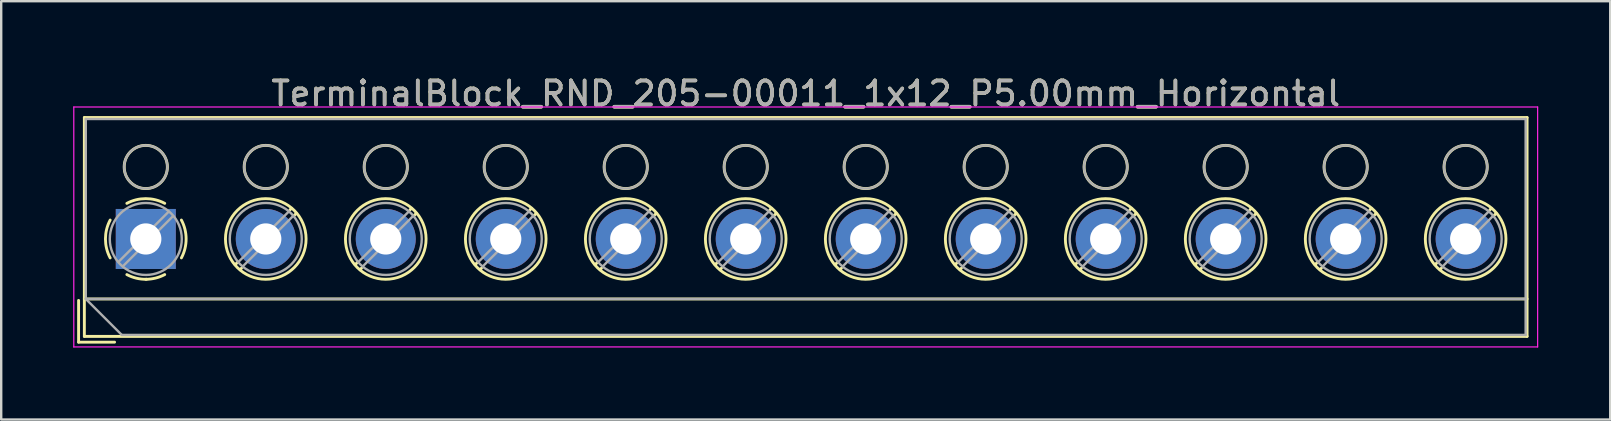
<source format=kicad_pcb>
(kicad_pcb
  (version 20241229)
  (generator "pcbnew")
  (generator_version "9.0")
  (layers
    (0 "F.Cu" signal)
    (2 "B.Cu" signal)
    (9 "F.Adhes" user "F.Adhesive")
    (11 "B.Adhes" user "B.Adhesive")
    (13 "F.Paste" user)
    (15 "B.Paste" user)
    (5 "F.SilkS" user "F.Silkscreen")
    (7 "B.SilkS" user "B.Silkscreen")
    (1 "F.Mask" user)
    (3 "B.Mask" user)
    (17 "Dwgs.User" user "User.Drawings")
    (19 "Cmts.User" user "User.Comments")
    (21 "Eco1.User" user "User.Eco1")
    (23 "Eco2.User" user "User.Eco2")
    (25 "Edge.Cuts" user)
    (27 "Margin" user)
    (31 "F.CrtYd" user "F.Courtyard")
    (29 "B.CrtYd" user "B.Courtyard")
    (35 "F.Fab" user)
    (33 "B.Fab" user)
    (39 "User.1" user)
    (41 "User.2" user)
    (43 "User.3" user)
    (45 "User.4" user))
  (footprint "TerminalBlock_RND_205-00011_1x12_P5.00mm_Horizontal"
    (layer "F.Cu")
    (at 3.025 6.908)
    (property "Reference" "TerminalBlock_RND_205-00011_1x12_P5.00mm_Horizontal" (at 27.5 -6.06 0) (layer "F.SilkS") (effects (font (size 1 1) (thickness 0.15))))
    (attr through_hole)
    (fp_line (start -2.8 2.56) (end -2.8 4.3) (stroke (width 0.12) (type solid)) (layer "F.SilkS"))
    (fp_line (start -2.8 4.3) (end -1.3 4.3) (stroke (width 0.12) (type solid)) (layer "F.SilkS"))
    (fp_line (start -2.56 -5.06) (end -2.56 4.06) (stroke (width 0.12) (type solid)) (layer "F.SilkS"))
    (fp_line (start -2.56 -5.06) (end 57.56 -5.06) (stroke (width 0.12) (type solid)) (layer "F.SilkS"))
    (fp_line (start -2.56 2.5) (end 57.56 2.5) (stroke (width 0.12) (type solid)) (layer "F.SilkS"))
    (fp_line (start -2.56 4.06) (end 57.56 4.06) (stroke (width 0.12) (type solid)) (layer "F.SilkS"))
    (fp_line (start 3.82 0.976) (end 3.726 1.069) (stroke (width 0.12) (type solid)) (layer "F.SilkS"))
    (fp_line (start 3.99 1.216) (end 3.931 1.274) (stroke (width 0.12) (type solid)) (layer "F.SilkS"))
    (fp_line (start 6.07 -1.275) (end 6.011 -1.216) (stroke (width 0.12) (type solid)) (layer "F.SilkS"))
    (fp_line (start 6.275 -1.069) (end 6.181 -0.976) (stroke (width 0.12) (type solid)) (layer "F.SilkS"))
    (fp_line (start 8.82 0.976) (end 8.726 1.069) (stroke (width 0.12) (type solid)) (layer "F.SilkS"))
    (fp_line (start 8.99 1.216) (end 8.931 1.274) (stroke (width 0.12) (type solid)) (layer "F.SilkS"))
    (fp_line (start 11.07 -1.275) (end 11.011 -1.216) (stroke (width 0.12) (type solid)) (layer "F.SilkS"))
    (fp_line (start 11.275 -1.069) (end 11.181 -0.976) (stroke (width 0.12) (type solid)) (layer "F.SilkS"))
    (fp_line (start 13.82 0.976) (end 13.726 1.069) (stroke (width 0.12) (type solid)) (layer "F.SilkS"))
    (fp_line (start 13.99 1.216) (end 13.931 1.274) (stroke (width 0.12) (type solid)) (layer "F.SilkS"))
    (fp_line (start 16.07 -1.275) (end 16.011 -1.216) (stroke (width 0.12) (type solid)) (layer "F.SilkS"))
    (fp_line (start 16.275 -1.069) (end 16.181 -0.976) (stroke (width 0.12) (type solid)) (layer "F.SilkS"))
    (fp_line (start 18.82 0.976) (end 18.726 1.069) (stroke (width 0.12) (type solid)) (layer "F.SilkS"))
    (fp_line (start 18.99 1.216) (end 18.931 1.274) (stroke (width 0.12) (type solid)) (layer "F.SilkS"))
    (fp_line (start 21.07 -1.275) (end 21.011 -1.216) (stroke (width 0.12) (type solid)) (layer "F.SilkS"))
    (fp_line (start 21.275 -1.069) (end 21.181 -0.976) (stroke (width 0.12) (type solid)) (layer "F.SilkS"))
    (fp_line (start 23.82 0.976) (end 23.726 1.069) (stroke (width 0.12) (type solid)) (layer "F.SilkS"))
    (fp_line (start 23.99 1.216) (end 23.931 1.274) (stroke (width 0.12) (type solid)) (layer "F.SilkS"))
    (fp_line (start 26.07 -1.275) (end 26.011 -1.216) (stroke (width 0.12) (type solid)) (layer "F.SilkS"))
    (fp_line (start 26.275 -1.069) (end 26.181 -0.976) (stroke (width 0.12) (type solid)) (layer "F.SilkS"))
    (fp_line (start 28.82 0.976) (end 28.726 1.069) (stroke (width 0.12) (type solid)) (layer "F.SilkS"))
    (fp_line (start 28.99 1.216) (end 28.931 1.274) (stroke (width 0.12) (type solid)) (layer "F.SilkS"))
    (fp_line (start 31.07 -1.275) (end 31.011 -1.216) (stroke (width 0.12) (type solid)) (layer "F.SilkS"))
    (fp_line (start 31.275 -1.069) (end 31.181 -0.976) (stroke (width 0.12) (type solid)) (layer "F.SilkS"))
    (fp_line (start 33.82 0.976) (end 33.726 1.069) (stroke (width 0.12) (type solid)) (layer "F.SilkS"))
    (fp_line (start 33.99 1.216) (end 33.931 1.274) (stroke (width 0.12) (type solid)) (layer "F.SilkS"))
    (fp_line (start 36.07 -1.275) (end 36.011 -1.216) (stroke (width 0.12) (type solid)) (layer "F.SilkS"))
    (fp_line (start 36.275 -1.069) (end 36.181 -0.976) (stroke (width 0.12) (type solid)) (layer "F.SilkS"))
    (fp_line (start 38.82 0.976) (end 38.726 1.069) (stroke (width 0.12) (type solid)) (layer "F.SilkS"))
    (fp_line (start 38.99 1.216) (end 38.931 1.274) (stroke (width 0.12) (type solid)) (layer "F.SilkS"))
    (fp_line (start 41.07 -1.275) (end 41.011 -1.216) (stroke (width 0.12) (type solid)) (layer "F.SilkS"))
    (fp_line (start 41.275 -1.069) (end 41.181 -0.976) (stroke (width 0.12) (type solid)) (layer "F.SilkS"))
    (fp_line (start 43.82 0.976) (end 43.726 1.069) (stroke (width 0.12) (type solid)) (layer "F.SilkS"))
    (fp_line (start 43.99 1.216) (end 43.931 1.274) (stroke (width 0.12) (type solid)) (layer "F.SilkS"))
    (fp_line (start 46.07 -1.275) (end 46.011 -1.216) (stroke (width 0.12) (type solid)) (layer "F.SilkS"))
    (fp_line (start 46.275 -1.069) (end 46.181 -0.976) (stroke (width 0.12) (type solid)) (layer "F.SilkS"))
    (fp_line (start 48.82 0.976) (end 48.726 1.069) (stroke (width 0.12) (type solid)) (layer "F.SilkS"))
    (fp_line (start 48.99 1.216) (end 48.931 1.274) (stroke (width 0.12) (type solid)) (layer "F.SilkS"))
    (fp_line (start 51.07 -1.275) (end 51.011 -1.216) (stroke (width 0.12) (type solid)) (layer "F.SilkS"))
    (fp_line (start 51.275 -1.069) (end 51.181 -0.976) (stroke (width 0.12) (type solid)) (layer "F.SilkS"))
    (fp_line (start 53.82 0.976) (end 53.726 1.069) (stroke (width 0.12) (type solid)) (layer "F.SilkS"))
    (fp_line (start 53.99 1.216) (end 53.931 1.274) (stroke (width 0.12) (type solid)) (layer "F.SilkS"))
    (fp_line (start 56.07 -1.275) (end 56.011 -1.216) (stroke (width 0.12) (type solid)) (layer "F.SilkS"))
    (fp_line (start 56.275 -1.069) (end 56.181 -0.976) (stroke (width 0.12) (type solid)) (layer "F.SilkS"))
    (fp_line (start 57.56 -5.06) (end 57.56 4.06) (stroke (width 0.12) (type solid)) (layer "F.SilkS"))
    (fp_arc (start -1.483953 0.789089) (mid -1.680708 0.00005) (end -1.484 -0.789) (stroke (width 0.12) (type solid)) (layer "F.SilkS"))
    (fp_arc (start -0.789089 -1.483953) (mid -0.00005 -1.680708) (end 0.789 -1.484) (stroke (width 0.12) (type solid)) (layer "F.SilkS"))
    (fp_arc (start 0.029383 1.68045) (mid -0.392304 1.634281) (end -0.789 1.484) (stroke (width 0.12) (type solid)) (layer "F.SilkS"))
    (fp_arc (start 0.788712 1.483352) (mid 0.406429 1.630097) (end 0 1.68) (stroke (width 0.12) (type solid)) (layer "F.SilkS"))
    (fp_arc (start 1.483953 -0.789089) (mid 1.680708 -0.00005) (end 1.484 0.789) (stroke (width 0.12) (type solid)) (layer "F.SilkS"))
    (fp_circle (center 0 -3) (end 0.9 -3) (stroke (width 0.12) (type solid)) (fill no) (layer "F.SilkS"))
    (fp_circle (center 5 -3) (end 5.9 -3) (stroke (width 0.12) (type solid)) (fill no) (layer "F.SilkS"))
    (fp_circle (center 5 0) (end 6.68 0) (stroke (width 0.12) (type solid)) (fill no) (layer "F.SilkS"))
    (fp_circle (center 10 -3) (end 10.9 -3) (stroke (width 0.12) (type solid)) (fill no) (layer "F.SilkS"))
    (fp_circle (center 10 0) (end 11.68 0) (stroke (width 0.12) (type solid)) (fill no) (layer "F.SilkS"))
    (fp_circle (center 15 -3) (end 15.9 -3) (stroke (width 0.12) (type solid)) (fill no) (layer "F.SilkS"))
    (fp_circle (center 15 0) (end 16.68 0) (stroke (width 0.12) (type solid)) (fill no) (layer "F.SilkS"))
    (fp_circle (center 20 -3) (end 20.9 -3) (stroke (width 0.12) (type solid)) (fill no) (layer "F.SilkS"))
    (fp_circle (center 20 0) (end 21.68 0) (stroke (width 0.12) (type solid)) (fill no) (layer "F.SilkS"))
    (fp_circle (center 25 -3) (end 25.9 -3) (stroke (width 0.12) (type solid)) (fill no) (layer "F.SilkS"))
    (fp_circle (center 25 0) (end 26.68 0) (stroke (width 0.12) (type solid)) (fill no) (layer "F.SilkS"))
    (fp_circle (center 30 -3) (end 30.9 -3) (stroke (width 0.12) (type solid)) (fill no) (layer "F.SilkS"))
    (fp_circle (center 30 0) (end 31.68 0) (stroke (width 0.12) (type solid)) (fill no) (layer "F.SilkS"))
    (fp_circle (center 35 -3) (end 35.9 -3) (stroke (width 0.12) (type solid)) (fill no) (layer "F.SilkS"))
    (fp_circle (center 35 0) (end 36.68 0) (stroke (width 0.12) (type solid)) (fill no) (layer "F.SilkS"))
    (fp_circle (center 40 -3) (end 40.9 -3) (stroke (width 0.12) (type solid)) (fill no) (layer "F.SilkS"))
    (fp_circle (center 40 0) (end 41.68 0) (stroke (width 0.12) (type solid)) (fill no) (layer "F.SilkS"))
    (fp_circle (center 45 -3) (end 45.9 -3) (stroke (width 0.12) (type solid)) (fill no) (layer "F.SilkS"))
    (fp_circle (center 45 0) (end 46.68 0) (stroke (width 0.12) (type solid)) (fill no) (layer "F.SilkS"))
    (fp_circle (center 50 -3) (end 50.9 -3) (stroke (width 0.12) (type solid)) (fill no) (layer "F.SilkS"))
    (fp_circle (center 50 0) (end 51.68 0) (stroke (width 0.12) (type solid)) (fill no) (layer "F.SilkS"))
    (fp_circle (center 55 -3) (end 55.9 -3) (stroke (width 0.12) (type solid)) (fill no) (layer "F.SilkS"))
    (fp_circle (center 55 0) (end 56.68 0) (stroke (width 0.12) (type solid)) (fill no) (layer "F.SilkS"))
    (fp_line (start -3 -5.5) (end -3 4.5) (stroke (width 0.05) (type solid)) (layer "F.CrtYd"))
    (fp_line (start -3 4.5) (end 58 4.5) (stroke (width 0.05) (type solid)) (layer "F.CrtYd"))
    (fp_line (start 58 -5.5) (end -3 -5.5) (stroke (width 0.05) (type solid)) (layer "F.CrtYd"))
    (fp_line (start 58 4.5) (end 58 -5.5) (stroke (width 0.05) (type solid)) (layer "F.CrtYd"))
    (fp_line (start -2.5 -5) (end 57.5 -5) (stroke (width 0.1) (type solid)) (layer "F.Fab"))
    (fp_line (start -2.5 2.5) (end -2.5 -5) (stroke (width 0.1) (type solid)) (layer "F.Fab"))
    (fp_line (start -2.5 2.5) (end 57.5 2.5) (stroke (width 0.1) (type solid)) (layer "F.Fab"))
    (fp_line (start -1 4) (end -2.5 2.5) (stroke (width 0.1) (type solid)) (layer "F.Fab"))
    (fp_line (start 0.955 -1.138) (end -1.138 0.955) (stroke (width 0.1) (type solid)) (layer "F.Fab"))
    (fp_line (start 1.138 -0.955) (end -0.955 1.138) (stroke (width 0.1) (type solid)) (layer "F.Fab"))
    (fp_line (start 5.955 -1.138) (end 3.863 0.955) (stroke (width 0.1) (type solid)) (layer "F.Fab"))
    (fp_line (start 6.138 -0.955) (end 4.046 1.138) (stroke (width 0.1) (type solid)) (layer "F.Fab"))
    (fp_line (start 10.955 -1.138) (end 8.863 0.955) (stroke (width 0.1) (type solid)) (layer "F.Fab"))
    (fp_line (start 11.138 -0.955) (end 9.046 1.138) (stroke (width 0.1) (type solid)) (layer "F.Fab"))
    (fp_line (start 15.955 -1.138) (end 13.863 0.955) (stroke (width 0.1) (type solid)) (layer "F.Fab"))
    (fp_line (start 16.138 -0.955) (end 14.046 1.138) (stroke (width 0.1) (type solid)) (layer "F.Fab"))
    (fp_line (start 20.955 -1.138) (end 18.863 0.955) (stroke (width 0.1) (type solid)) (layer "F.Fab"))
    (fp_line (start 21.138 -0.955) (end 19.046 1.138) (stroke (width 0.1) (type solid)) (layer "F.Fab"))
    (fp_line (start 25.955 -1.138) (end 23.863 0.955) (stroke (width 0.1) (type solid)) (layer "F.Fab"))
    (fp_line (start 26.138 -0.955) (end 24.046 1.138) (stroke (width 0.1) (type solid)) (layer "F.Fab"))
    (fp_line (start 30.955 -1.138) (end 28.863 0.955) (stroke (width 0.1) (type solid)) (layer "F.Fab"))
    (fp_line (start 31.138 -0.955) (end 29.046 1.138) (stroke (width 0.1) (type solid)) (layer "F.Fab"))
    (fp_line (start 35.955 -1.138) (end 33.863 0.955) (stroke (width 0.1) (type solid)) (layer "F.Fab"))
    (fp_line (start 36.138 -0.955) (end 34.046 1.138) (stroke (width 0.1) (type solid)) (layer "F.Fab"))
    (fp_line (start 40.955 -1.138) (end 38.863 0.955) (stroke (width 0.1) (type solid)) (layer "F.Fab"))
    (fp_line (start 41.138 -0.955) (end 39.046 1.138) (stroke (width 0.1) (type solid)) (layer "F.Fab"))
    (fp_line (start 45.955 -1.138) (end 43.863 0.955) (stroke (width 0.1) (type solid)) (layer "F.Fab"))
    (fp_line (start 46.138 -0.955) (end 44.046 1.138) (stroke (width 0.1) (type solid)) (layer "F.Fab"))
    (fp_line (start 50.955 -1.138) (end 48.863 0.955) (stroke (width 0.1) (type solid)) (layer "F.Fab"))
    (fp_line (start 51.138 -0.955) (end 49.046 1.138) (stroke (width 0.1) (type solid)) (layer "F.Fab"))
    (fp_line (start 55.955 -1.138) (end 53.863 0.955) (stroke (width 0.1) (type solid)) (layer "F.Fab"))
    (fp_line (start 56.138 -0.955) (end 54.046 1.138) (stroke (width 0.1) (type solid)) (layer "F.Fab"))
    (fp_line (start 57.5 -5) (end 57.5 4) (stroke (width 0.1) (type solid)) (layer "F.Fab"))
    (fp_line (start 57.5 4) (end -1 4) (stroke (width 0.1) (type solid)) (layer "F.Fab"))
    (fp_circle (center 0 -3) (end 0.9 -3) (stroke (width 0.1) (type solid)) (fill no) (layer "F.Fab"))
    (fp_circle (center 0 0) (end 1.5 0) (stroke (width 0.1) (type solid)) (fill no) (layer "F.Fab"))
    (fp_circle (center 5 -3) (end 5.9 -3) (stroke (width 0.1) (type solid)) (fill no) (layer "F.Fab"))
    (fp_circle (center 5 0) (end 6.5 0) (stroke (width 0.1) (type solid)) (fill no) (layer "F.Fab"))
    (fp_circle (center 10 -3) (end 10.9 -3) (stroke (width 0.1) (type solid)) (fill no) (layer "F.Fab"))
    (fp_circle (center 10 0) (end 11.5 0) (stroke (width 0.1) (type solid)) (fill no) (layer "F.Fab"))
    (fp_circle (center 15 -3) (end 15.9 -3) (stroke (width 0.1) (type solid)) (fill no) (layer "F.Fab"))
    (fp_circle (center 15 0) (end 16.5 0) (stroke (width 0.1) (type solid)) (fill no) (layer "F.Fab"))
    (fp_circle (center 20 -3) (end 20.9 -3) (stroke (width 0.1) (type solid)) (fill no) (layer "F.Fab"))
    (fp_circle (center 20 0) (end 21.5 0) (stroke (width 0.1) (type solid)) (fill no) (layer "F.Fab"))
    (fp_circle (center 25 -3) (end 25.9 -3) (stroke (width 0.1) (type solid)) (fill no) (layer "F.Fab"))
    (fp_circle (center 25 0) (end 26.5 0) (stroke (width 0.1) (type solid)) (fill no) (layer "F.Fab"))
    (fp_circle (center 30 -3) (end 30.9 -3) (stroke (width 0.1) (type solid)) (fill no) (layer "F.Fab"))
    (fp_circle (center 30 0) (end 31.5 0) (stroke (width 0.1) (type solid)) (fill no) (layer "F.Fab"))
    (fp_circle (center 35 -3) (end 35.9 -3) (stroke (width 0.1) (type solid)) (fill no) (layer "F.Fab"))
    (fp_circle (center 35 0) (end 36.5 0) (stroke (width 0.1) (type solid)) (fill no) (layer "F.Fab"))
    (fp_circle (center 40 -3) (end 40.9 -3) (stroke (width 0.1) (type solid)) (fill no) (layer "F.Fab"))
    (fp_circle (center 40 0) (end 41.5 0) (stroke (width 0.1) (type solid)) (fill no) (layer "F.Fab"))
    (fp_circle (center 45 -3) (end 45.9 -3) (stroke (width 0.1) (type solid)) (fill no) (layer "F.Fab"))
    (fp_circle (center 45 0) (end 46.5 0) (stroke (width 0.1) (type solid)) (fill no) (layer "F.Fab"))
    (fp_circle (center 50 -3) (end 50.9 -3) (stroke (width 0.1) (type solid)) (fill no) (layer "F.Fab"))
    (fp_circle (center 50 0) (end 51.5 0) (stroke (width 0.1) (type solid)) (fill no) (layer "F.Fab"))
    (fp_circle (center 55 -3) (end 55.9 -3) (stroke (width 0.1) (type solid)) (fill no) (layer "F.Fab"))
    (fp_circle (center 55 0) (end 56.5 0) (stroke (width 0.1) (type solid)) (fill no) (layer "F.Fab"))
    (fp_text user "${REFERENCE}" (at 27.5 -6.06 0) (layer "F.Fab") (effects (font (size 1 1) (thickness 0.15))))
    (pad "1" thru_hole rect (at 0 0) (size 2.5 2.5) (drill 1.3) (layers "*.Cu" "*.Mask"))
    (pad "2" thru_hole circle (at 5 0) (size 2.5 2.5) (drill 1.3) (layers "*.Cu" "*.Mask"))
    (pad "3" thru_hole circle (at 10 0) (size 2.5 2.5) (drill 1.3) (layers "*.Cu" "*.Mask"))
    (pad "4" thru_hole circle (at 15 0) (size 2.5 2.5) (drill 1.3) (layers "*.Cu" "*.Mask"))
    (pad "5" thru_hole circle (at 20 0) (size 2.5 2.5) (drill 1.3) (layers "*.Cu" "*.Mask"))
    (pad "6" thru_hole circle (at 25 0) (size 2.5 2.5) (drill 1.3) (layers "*.Cu" "*.Mask"))
    (pad "7" thru_hole circle (at 30 0) (size 2.5 2.5) (drill 1.3) (layers "*.Cu" "*.Mask"))
    (pad "8" thru_hole circle (at 35 0) (size 2.5 2.5) (drill 1.3) (layers "*.Cu" "*.Mask"))
    (pad "9" thru_hole circle (at 40 0) (size 2.5 2.5) (drill 1.3) (layers "*.Cu" "*.Mask"))
    (pad "10" thru_hole circle (at 45 0) (size 2.5 2.5) (drill 1.3) (layers "*.Cu" "*.Mask"))
    (pad "11" thru_hole circle (at 50 0) (size 2.5 2.5) (drill 1.3) (layers "*.Cu" "*.Mask"))
    (pad "12" thru_hole circle (at 55 0) (size 2.5 2.5) (drill 1.3) (layers "*.Cu" "*.Mask")))
  (gr_rect
    (start -3 -3)
    (end 64.05 14.433)
    (stroke (width 0.1) (type default))
    (fill no)
    (layer "Edge.Cuts")))
</source>
